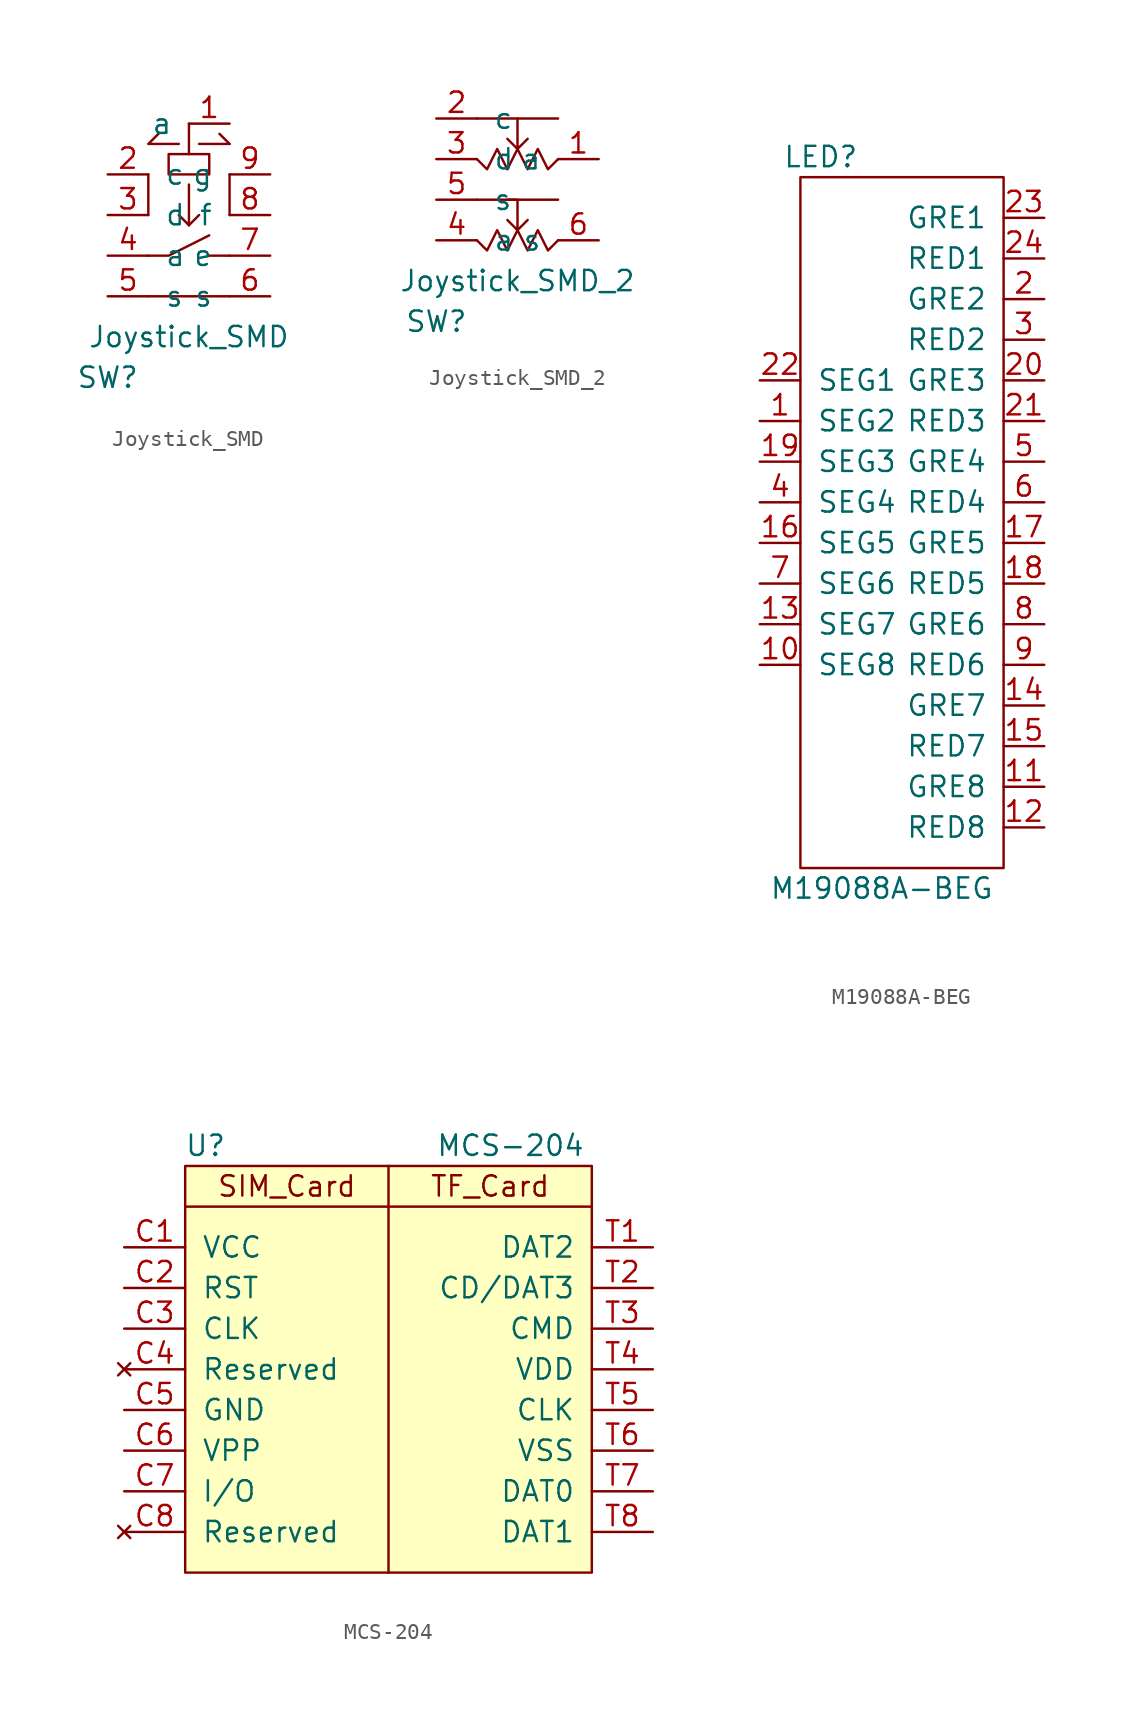
<source format=kicad_sym>
(kicad_symbol_lib
  (version 20211014)
  (generator kicad_symbol_editor)
  (symbol "Joystick_SMD"
    (pin_names
      (offset 1.016))
    (property "Reference" "SW"
      (at -5.08 -8.89 0)
      (effects (font (size 1.27 1.27))))
    (property "Value" "Joystick_SMD"
      (at 0 -6.35 0)
      (effects (font (size 1.27 1.27))))
    (symbol "Joystick_SMD_0_1"
      (polyline (pts (xy -2.54 -3.81) (xy 2.54 -3.81)) (stroke (width 0) (type default) (color 0 0 0 0)) (fill (type none)))
      (polyline (pts (xy -2.54 3.81) (xy -2.54 1.27)) (stroke (width 0) (type default) (color 0 0 0 0)) (fill (type none)))
      (polyline (pts (xy -0.635 1.27) (xy 0 0.635)) (stroke (width 0) (type default) (color 0 0 0 0)) (fill (type none)))
      (polyline (pts (xy 0 0.635) (xy 0.635 1.27)) (stroke (width 0) (type default) (color 0 0 0 0)) (fill (type none)))
      (polyline (pts (xy 0 3.175) (xy 0 0.635)) (stroke (width 0) (type default) (color 0 0 0 0)) (fill (type none)))
      (polyline (pts (xy 0 6.985) (xy 0 5.08)) (stroke (width 0) (type default) (color 0 0 0 0)) (fill (type none)))
      (polyline (pts (xy 0.635 5.715) (xy 2.54 5.715)) (stroke (width 0) (type default) (color 0 0 0 0)) (fill (type none)))
      (polyline (pts (xy 1.27 -1.27) (xy 2.54 -1.27)) (stroke (width 0) (type default) (color 0 0 0 0)) (fill (type none)))
      (polyline (pts (xy 1.905 6.35) (xy 2.54 5.715)) (stroke (width 0) (type default) (color 0 0 0 0)) (fill (type none)))
      (polyline (pts (xy 2.54 3.81) (xy 2.54 1.27)) (stroke (width 0) (type default) (color 0 0 0 0)) (fill (type none)))
      (polyline (pts (xy -2.54 -1.27) (xy -1.27 -1.27) (xy 1.27 0)) (stroke (width 0) (type default) (color 0 0 0 0)) (fill (type none)))
      (polyline (pts (xy -0.635 5.715) (xy -2.54 5.715) (xy -1.905 6.35)) (stroke (width 0) (type default) (color 0 0 0 0)) (fill (type none)))
      (polyline (pts (xy -1.27 5.08) (xy -1.27 3.81) (xy 1.27 3.81) (xy 1.27 5.08) (xy -1.27 5.08)) (stroke (width 0) (type default) (color 0 0 0 0)) (fill (type none))))
    (symbol "Joystick_SMD_1_1"
      (pin bidirectional line (at 2.54 6.985 180) (length 2.54) (name "a" (effects (font (size 1.27 1.27)))) (number "1" (effects (font (size 1.27 1.27)))))
      (pin bidirectional line (at -5.08 3.81 0) (length 2.54) (name "c" (effects (font (size 1.27 1.27)))) (number "2" (effects (font (size 1.27 1.27)))))
      (pin bidirectional line (at -5.08 1.27 0) (length 2.54) (name "d" (effects (font (size 1.27 1.27)))) (number "3" (effects (font (size 1.27 1.27)))))
      (pin bidirectional line (at -5.08 -1.27 0) (length 2.54) (name "a" (effects (font (size 1.27 1.27)))) (number "4" (effects (font (size 1.27 1.27)))))
      (pin bidirectional line (at -5.08 -3.81 0) (length 2.54) (name "s" (effects (font (size 1.27 1.27)))) (number "5" (effects (font (size 1.27 1.27)))))
      (pin bidirectional line (at 5.08 -3.81 180) (length 2.54) (name "s" (effects (font (size 1.27 1.27)))) (number "6" (effects (font (size 1.27 1.27)))))
      (pin bidirectional line (at 5.08 -1.27 180) (length 2.54) (name "e" (effects (font (size 1.27 1.27)))) (number "7" (effects (font (size 1.27 1.27)))))
      (pin bidirectional line (at 5.08 1.27 180) (length 2.54) (name "f" (effects (font (size 1.27 1.27)))) (number "8" (effects (font (size 1.27 1.27)))))
      (pin bidirectional line (at 5.08 3.81 180) (length 2.54) (name "g" (effects (font (size 1.27 1.27)))) (number "9" (effects (font (size 1.27 1.27)))))))
  (symbol "Joystick_SMD_2"
    (pin_names
      (offset 1.016))
    (property "Reference" "SW"
      (at -5.08 -8.89 0)
      (effects (font (size 1.27 1.27))))
    (property "Value" "Joystick_SMD_2"
      (at 0 -6.35 0)
      (effects (font (size 1.27 1.27))))
    (symbol "Joystick_SMD_2_0_1"
      (polyline (pts (xy -2.54 -1.27) (xy 2.54 -1.27)) (stroke (width 0) (type default) (color 0 0 0 0)) (fill (type none)))
      (polyline (pts (xy -1.905 3.81) (xy -2.54 3.81) (xy -1.905 3.81) (xy 2.54 3.81)) (stroke (width 0) (type default) (color 0 0 0 0)) (fill (type none)))
      (polyline (pts (xy 0 3.81) (xy 0 1.905) (xy -0.635 2.54) (xy 0 1.905) (xy 0.635 2.54)) (stroke (width 0) (type default) (color 0 0 0 0)) (fill (type none)))
      (polyline (pts (xy -0.635 -1.27) (xy 0 -1.27) (xy 0 -3.175) (xy -0.635 -2.54) (xy 0 -3.175) (xy 0.635 -2.54)) (stroke (width 0) (type default) (color 0 0 0 0)) (fill (type none)))
      (polyline (pts (xy -2.54 -3.81) (xy -1.905 -4.445) (xy -1.27 -3.175) (xy -0.635 -4.445) (xy 0 -3.175) (xy 0.635 -4.445) (xy 1.27 -3.175) (xy 1.905 -4.445) (xy 2.54 -3.81)) (stroke (width 0) (type default) (color 0 0 0 0)) (fill (type none)))
      (polyline (pts (xy -2.54 1.27) (xy -1.905 0.635) (xy -1.27 1.905) (xy -0.635 0.635) (xy 0 1.905) (xy 0.635 0.635) (xy 1.27 1.905) (xy 1.905 0.635) (xy 2.54 1.27)) (stroke (width 0) (type default) (color 0 0 0 0)) (fill (type none))))
    (symbol "Joystick_SMD_2_1_1"
      (pin bidirectional line (at 5.08 1.27 180) (length 2.54) (name "a" (effects (font (size 1.27 1.27)))) (number "1" (effects (font (size 1.27 1.27)))))
      (pin bidirectional line (at -5.08 3.81 0) (length 2.54) (name "c" (effects (font (size 1.27 1.27)))) (number "2" (effects (font (size 1.27 1.27)))))
      (pin bidirectional line (at -5.08 1.27 0) (length 2.54) (name "d" (effects (font (size 1.27 1.27)))) (number "3" (effects (font (size 1.27 1.27)))))
      (pin bidirectional line (at -5.08 -3.81 0) (length 2.54) (name "a" (effects (font (size 1.27 1.27)))) (number "4" (effects (font (size 1.27 1.27)))))
      (pin bidirectional line (at -5.08 -1.27 0) (length 2.54) (name "s" (effects (font (size 1.27 1.27)))) (number "5" (effects (font (size 1.27 1.27)))))
      (pin bidirectional line (at 5.08 -3.81 180) (length 2.54) (name "s" (effects (font (size 1.27 1.27)))) (number "6" (effects (font (size 1.27 1.27)))))))
  (symbol "M19088A-BEG"
    (pin_names
      (offset 1.016))
    (property "Reference" "LED"
      (at -5.08 21.59 0)
      (effects (font (size 1.27 1.27))))
    (property "Value" "M19088A-BEG"
      (at -1.27 -24.13 0)
      (effects (font (size 1.27 1.27))))
    (symbol "M19088A-BEG_0_1"
      (rectangle (start -6.35 -22.86) (end 6.35 20.32) (stroke (width 0) (type default) (color 0 0 0 0)) (fill (type none))))
    (symbol "M19088A-BEG_1_1"
      (pin input line (at -8.89 5.08 0) (length 2.54) (name "SEG2" (effects (font (size 1.27 1.27)))) (number "1" (effects (font (size 1.27 1.27)))))
      (pin input line (at -8.89 -10.16 0) (length 2.54) (name "SEG8" (effects (font (size 1.27 1.27)))) (number "10" (effects (font (size 1.27 1.27)))))
      (pin input line (at 8.89 -17.78 180) (length 2.54) (name "GRE8" (effects (font (size 1.27 1.27)))) (number "11" (effects (font (size 1.27 1.27)))))
      (pin input line (at 8.89 -20.32 180) (length 2.54) (name "RED8" (effects (font (size 1.27 1.27)))) (number "12" (effects (font (size 1.27 1.27)))))
      (pin input line (at -8.89 -7.62 0) (length 2.54) (name "SEG7" (effects (font (size 1.27 1.27)))) (number "13" (effects (font (size 1.27 1.27)))))
      (pin input line (at 8.89 -12.7 180) (length 2.54) (name "GRE7" (effects (font (size 1.27 1.27)))) (number "14" (effects (font (size 1.27 1.27)))))
      (pin input line (at 8.89 -15.24 180) (length 2.54) (name "RED7" (effects (font (size 1.27 1.27)))) (number "15" (effects (font (size 1.27 1.27)))))
      (pin input line (at -8.89 -2.54 0) (length 2.54) (name "SEG5" (effects (font (size 1.27 1.27)))) (number "16" (effects (font (size 1.27 1.27)))))
      (pin input line (at 8.89 -2.54 180) (length 2.54) (name "GRE5" (effects (font (size 1.27 1.27)))) (number "17" (effects (font (size 1.27 1.27)))))
      (pin input line (at 8.89 -5.08 180) (length 2.54) (name "RED5" (effects (font (size 1.27 1.27)))) (number "18" (effects (font (size 1.27 1.27)))))
      (pin input line (at -8.89 2.54 0) (length 2.54) (name "SEG3" (effects (font (size 1.27 1.27)))) (number "19" (effects (font (size 1.27 1.27)))))
      (pin input line (at 8.89 12.7 180) (length 2.54) (name "GRE2" (effects (font (size 1.27 1.27)))) (number "2" (effects (font (size 1.27 1.27)))))
      (pin input line (at 8.89 7.62 180) (length 2.54) (name "GRE3" (effects (font (size 1.27 1.27)))) (number "20" (effects (font (size 1.27 1.27)))))
      (pin input line (at 8.89 5.08 180) (length 2.54) (name "RED3" (effects (font (size 1.27 1.27)))) (number "21" (effects (font (size 1.27 1.27)))))
      (pin input line (at -8.89 7.62 0) (length 2.54) (name "SEG1" (effects (font (size 1.27 1.27)))) (number "22" (effects (font (size 1.27 1.27)))))
      (pin input line (at 8.89 17.78 180) (length 2.54) (name "GRE1" (effects (font (size 1.27 1.27)))) (number "23" (effects (font (size 1.27 1.27)))))
      (pin input line (at 8.89 15.24 180) (length 2.54) (name "RED1" (effects (font (size 1.27 1.27)))) (number "24" (effects (font (size 1.27 1.27)))))
      (pin input line (at 8.89 10.16 180) (length 2.54) (name "RED2" (effects (font (size 1.27 1.27)))) (number "3" (effects (font (size 1.27 1.27)))))
      (pin input line (at -8.89 0 0) (length 2.54) (name "SEG4" (effects (font (size 1.27 1.27)))) (number "4" (effects (font (size 1.27 1.27)))))
      (pin input line (at 8.89 2.54 180) (length 2.54) (name "GRE4" (effects (font (size 1.27 1.27)))) (number "5" (effects (font (size 1.27 1.27)))))
      (pin input line (at 8.89 0 180) (length 2.54) (name "RED4" (effects (font (size 1.27 1.27)))) (number "6" (effects (font (size 1.27 1.27)))))
      (pin input line (at -8.89 -5.08 0) (length 2.54) (name "SEG6" (effects (font (size 1.27 1.27)))) (number "7" (effects (font (size 1.27 1.27)))))
      (pin input line (at 8.89 -7.62 180) (length 2.54) (name "GRE6" (effects (font (size 1.27 1.27)))) (number "8" (effects (font (size 1.27 1.27)))))
      (pin input line (at 8.89 -10.16 180) (length 2.54) (name "RED6" (effects (font (size 1.27 1.27)))) (number "9" (effects (font (size 1.27 1.27)))))))
  (symbol "MCS-204"
    (pin_names
      (offset 1.016))
    (property "Reference" "U"
      (at -11.43 15.24 0)
      (effects (font (size 1.27 1.27))))
    (property "Value" "MCS-204"
      (at 7.62 15.24 0)
      (effects (font (size 1.27 1.27))))
    (symbol "MCS-204_0_0"
      (polyline (pts (xy 0 13.97) (xy 0 -11.43)) (stroke (width 0) (type default) (color 0 0 0 0)) (fill (type none)))
      (text "SIM_Card" (at -6.35 12.7 0) (effects (font (size 1.27 1.27))))
      (text "TF_Card" (at 6.35 12.7 0) (effects (font (size 1.27 1.27)))))
    (symbol "MCS-204_0_1"
      (rectangle (start -12.7 -11.43) (end 12.7 13.97) (stroke (width 0) (type default) (color 0 0 0 0)) (fill (type background)))
      (polyline (pts (xy -12.7 11.43) (xy 12.7 11.43)) (stroke (width 0) (type default) (color 0 0 0 0)) (fill (type none))))
    (symbol "MCS-204_1_1"
      (pin power_in line (at -16.51 -1.27 0) (length 3.81) hide (name "GND" (effects (font (size 1.27 1.27)))) (number "0" (effects (font (size 1.27 1.27)))))
      (pin power_in line (at 16.51 -3.81 180) (length 3.81) hide (name "GND" (effects (font (size 1.27 1.27)))) (number "0" (effects (font (size 1.27 1.27)))))
      (pin power_in line (at -16.51 8.89 0) (length 3.81) (name "VCC" (effects (font (size 1.27 1.27)))) (number "C1" (effects (font (size 1.27 1.27)))))
      (pin input line (at -16.51 6.35 0) (length 3.81) (name "RST" (effects (font (size 1.27 1.27)))) (number "C2" (effects (font (size 1.27 1.27)))))
      (pin input line (at -16.51 3.81 0) (length 3.81) (name "CLK" (effects (font (size 1.27 1.27)))) (number "C3" (effects (font (size 1.27 1.27)))))
      (pin no_connect line (at -16.51 1.27 0) (length 3.81) (name "Reserved" (effects (font (size 1.27 1.27)))) (number "C4" (effects (font (size 1.27 1.27)))))
      (pin power_in line (at -16.51 -1.27 0) (length 3.81) (name "GND" (effects (font (size 1.27 1.27)))) (number "C5" (effects (font (size 1.27 1.27)))))
      (pin power_in line (at -16.51 -3.81 0) (length 3.81) (name "VPP" (effects (font (size 1.27 1.27)))) (number "C6" (effects (font (size 1.27 1.27)))))
      (pin bidirectional line (at -16.51 -6.35 0) (length 3.81) (name "I/O" (effects (font (size 1.27 1.27)))) (number "C7" (effects (font (size 1.27 1.27)))))
      (pin no_connect line (at -16.51 -8.89 0) (length 3.81) (name "Reserved" (effects (font (size 1.27 1.27)))) (number "C8" (effects (font (size 1.27 1.27)))))
      (pin bidirectional line (at 16.51 8.89 180) (length 3.81) (name "DAT2" (effects (font (size 1.27 1.27)))) (number "T1" (effects (font (size 1.27 1.27)))))
      (pin bidirectional line (at 16.51 6.35 180) (length 3.81) (name "CD/DAT3" (effects (font (size 1.27 1.27)))) (number "T2" (effects (font (size 1.27 1.27)))))
      (pin bidirectional line (at 16.51 3.81 180) (length 3.81) (name "CMD" (effects (font (size 1.27 1.27)))) (number "T3" (effects (font (size 1.27 1.27)))))
      (pin power_in line (at 16.51 1.27 180) (length 3.81) (name "VDD" (effects (font (size 1.27 1.27)))) (number "T4" (effects (font (size 1.27 1.27)))))
      (pin input line (at 16.51 -1.27 180) (length 3.81) (name "CLK" (effects (font (size 1.27 1.27)))) (number "T5" (effects (font (size 1.27 1.27)))))
      (pin power_in line (at 16.51 -3.81 180) (length 3.81) (name "VSS" (effects (font (size 1.27 1.27)))) (number "T6" (effects (font (size 1.27 1.27)))))
      (pin bidirectional line (at 16.51 -6.35 180) (length 3.81) (name "DAT0" (effects (font (size 1.27 1.27)))) (number "T7" (effects (font (size 1.27 1.27)))))
      (pin bidirectional line (at 16.51 -8.89 180) (length 3.81) (name "DAT1" (effects (font (size 1.27 1.27)))) (number "T8" (effects (font (size 1.27 1.27))))))))
</source>
